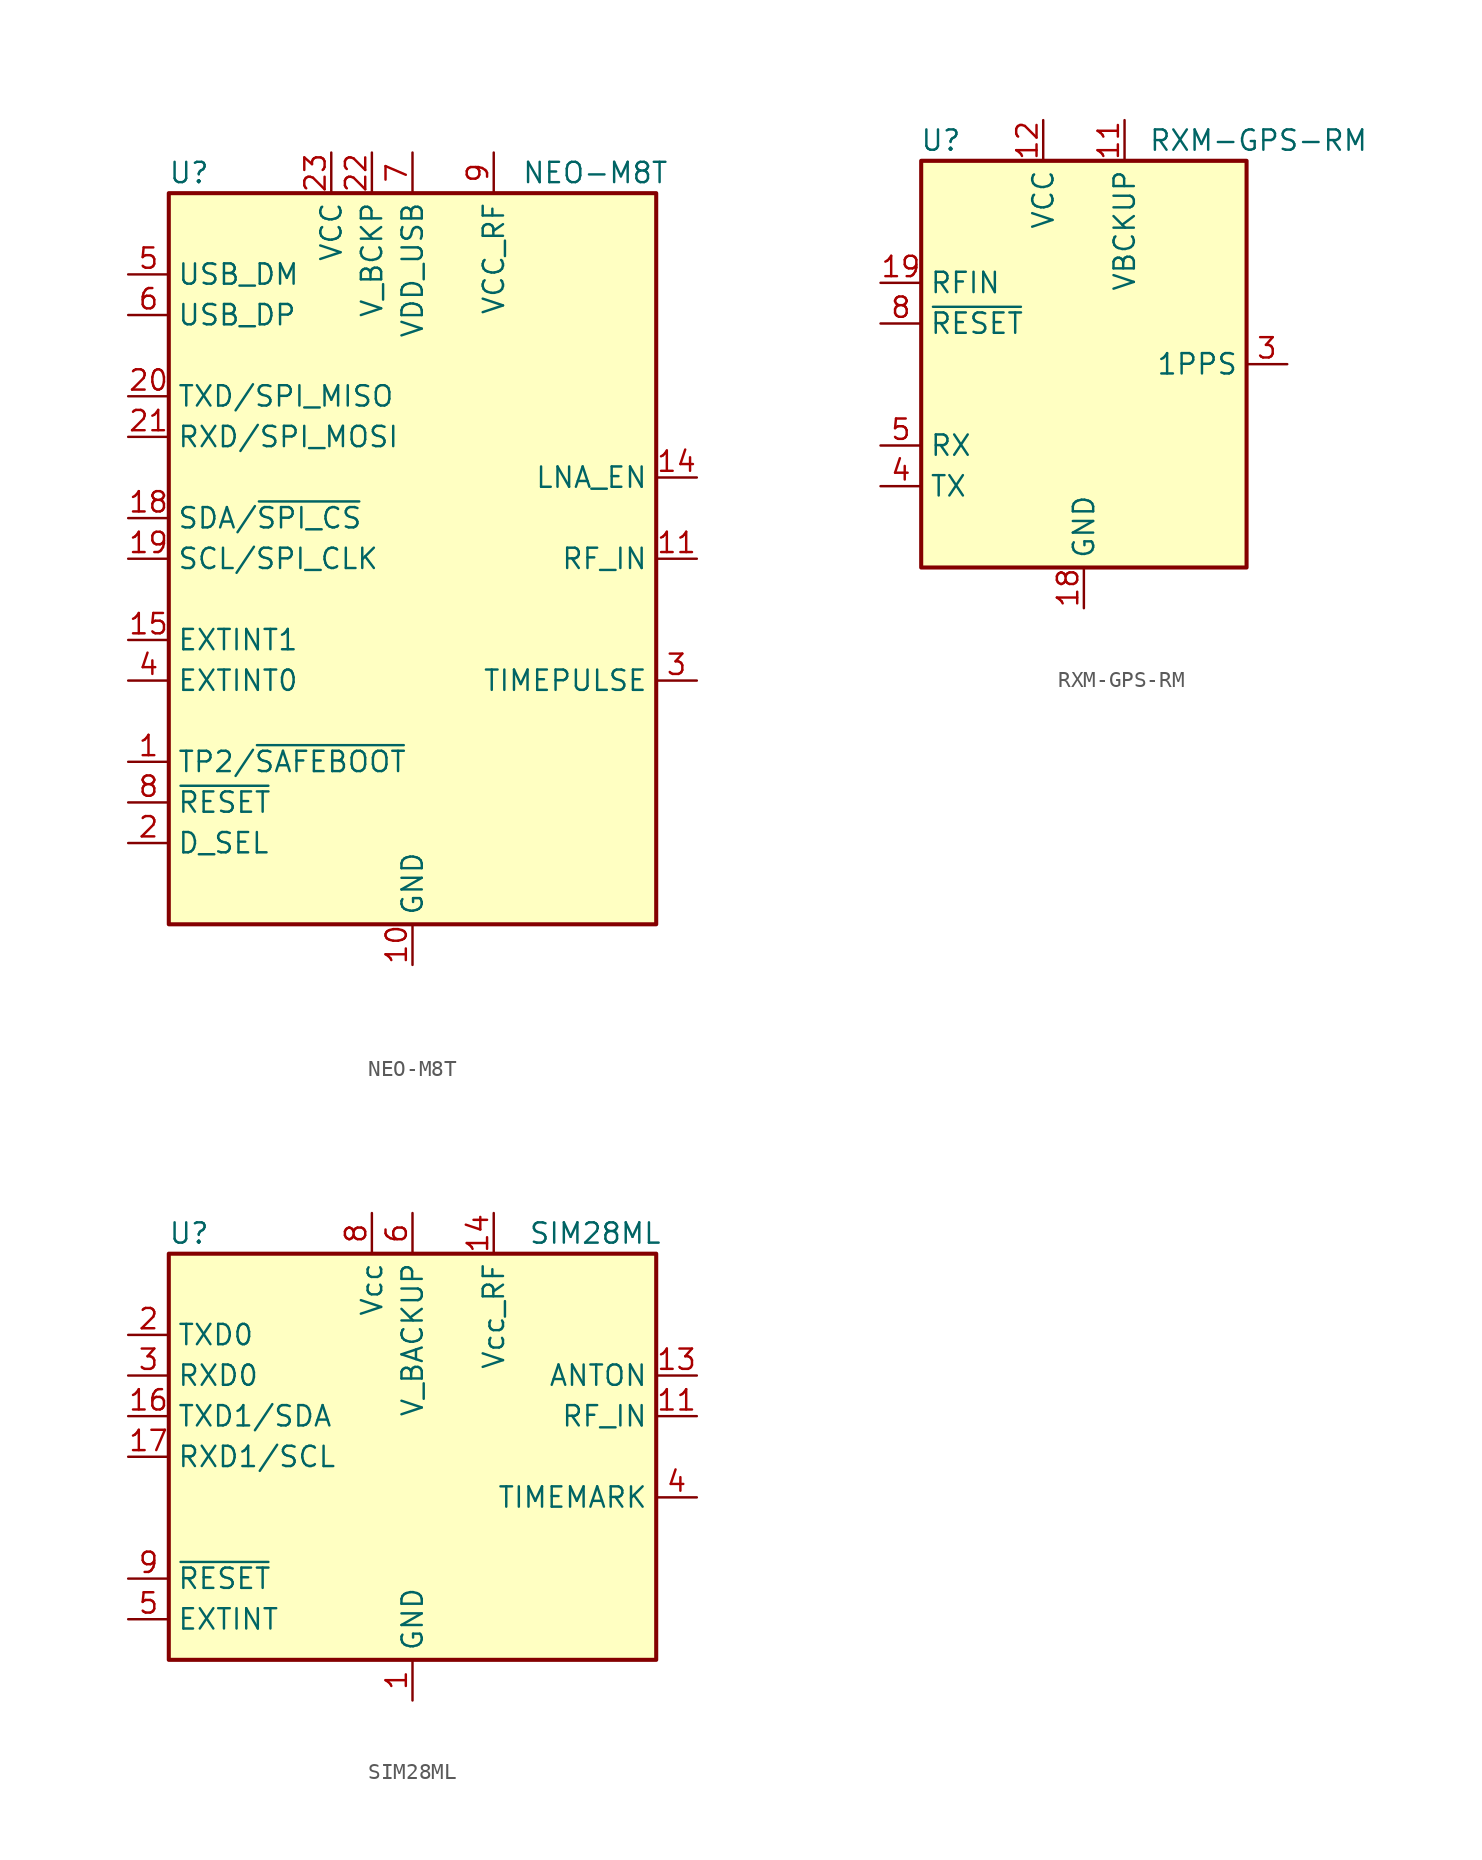
<source format=kicad_sym>
(kicad_symbol_lib
  (version 20200908)
  (generator kicad_symbol_editor)
  (symbol "RF_GPS:NEO-M8T"
    (property "Reference" "U"
      (at -13.97 24.13 0)
      (effects (font (size 1.27 1.27))))
    (property "Value" "NEO-M8T"
      (at 11.43 24.13 0)
      (effects (font (size 1.27 1.27))))
    (symbol "NEO-M8T_0_1"
      (rectangle (start -15.24 22.86) (end 15.24 -22.86) (stroke (width 0.254)) (fill (type background))))
    (symbol "NEO-M8T_1_1"
      (pin bidirectional line (at -17.78 -12.7 0) (length 2.54) (name "TP2/~SAFEBOOT" (effects (font (size 1.27 1.27)))) (number "1" (effects (font (size 1.27 1.27)))))
      (pin power_in line (at 0 -25.4 90) (length 2.54) (name "GND" (effects (font (size 1.27 1.27)))) (number "10" (effects (font (size 1.27 1.27)))))
      (pin input line (at 17.78 0 180) (length 2.54) (name "RF_IN" (effects (font (size 1.27 1.27)))) (number "11" (effects (font (size 1.27 1.27)))))
      (pin passive line (at 0 -25.4 90) (length 2.54) hide (name "GND" (effects (font (size 1.27 1.27)))) (number "12" (effects (font (size 1.27 1.27)))))
      (pin passive line (at 0 -25.4 90) (length 2.54) hide (name "GND" (effects (font (size 1.27 1.27)))) (number "13" (effects (font (size 1.27 1.27)))))
      (pin output line (at 17.78 5.08 180) (length 2.54) (name "LNA_EN" (effects (font (size 1.27 1.27)))) (number "14" (effects (font (size 1.27 1.27)))))
      (pin input line (at -17.78 -5.08 0) (length 2.54) (name "EXTINT1" (effects (font (size 1.27 1.27)))) (number "15" (effects (font (size 1.27 1.27)))))
      (pin unconnected line (at 15.24 -10.16 180) (length 2.54) hide (name "RESERVED" (effects (font (size 1.27 1.27)))) (number "16" (effects (font (size 1.27 1.27)))))
      (pin unconnected line (at 15.24 -12.7 180) (length 2.54) hide (name "RESERVED" (effects (font (size 1.27 1.27)))) (number "17" (effects (font (size 1.27 1.27)))))
      (pin bidirectional line (at -17.78 2.54 0) (length 2.54) (name "SDA/~SPI_CS" (effects (font (size 1.27 1.27)))) (number "18" (effects (font (size 1.27 1.27)))))
      (pin input line (at -17.78 0 0) (length 2.54) (name "SCL/SPI_CLK" (effects (font (size 1.27 1.27)))) (number "19" (effects (font (size 1.27 1.27)))))
      (pin input line (at -17.78 -17.78 0) (length 2.54) (name "D_SEL" (effects (font (size 1.27 1.27)))) (number "2" (effects (font (size 1.27 1.27)))))
      (pin output line (at -17.78 10.16 0) (length 2.54) (name "TXD/SPI_MISO" (effects (font (size 1.27 1.27)))) (number "20" (effects (font (size 1.27 1.27)))))
      (pin input line (at -17.78 7.62 0) (length 2.54) (name "RXD/SPI_MOSI" (effects (font (size 1.27 1.27)))) (number "21" (effects (font (size 1.27 1.27)))))
      (pin power_in line (at -2.54 25.4 270) (length 2.54) (name "V_BCKP" (effects (font (size 1.27 1.27)))) (number "22" (effects (font (size 1.27 1.27)))))
      (pin power_in line (at -5.08 25.4 270) (length 2.54) (name "VCC" (effects (font (size 1.27 1.27)))) (number "23" (effects (font (size 1.27 1.27)))))
      (pin passive line (at 0 -25.4 90) (length 2.54) hide (name "GND" (effects (font (size 1.27 1.27)))) (number "24" (effects (font (size 1.27 1.27)))))
      (pin output line (at 17.78 -7.62 180) (length 2.54) (name "TIMEPULSE" (effects (font (size 1.27 1.27)))) (number "3" (effects (font (size 1.27 1.27)))))
      (pin input line (at -17.78 -7.62 0) (length 2.54) (name "EXTINT0" (effects (font (size 1.27 1.27)))) (number "4" (effects (font (size 1.27 1.27)))))
      (pin bidirectional line (at -17.78 17.78 0) (length 2.54) (name "USB_DM" (effects (font (size 1.27 1.27)))) (number "5" (effects (font (size 1.27 1.27)))))
      (pin bidirectional line (at -17.78 15.24 0) (length 2.54) (name "USB_DP" (effects (font (size 1.27 1.27)))) (number "6" (effects (font (size 1.27 1.27)))))
      (pin power_in line (at 0 25.4 270) (length 2.54) (name "VDD_USB" (effects (font (size 1.27 1.27)))) (number "7" (effects (font (size 1.27 1.27)))))
      (pin input line (at -17.78 -15.24 0) (length 2.54) (name "~RESET" (effects (font (size 1.27 1.27)))) (number "8" (effects (font (size 1.27 1.27)))))
      (pin power_out line (at 5.08 25.4 270) (length 2.54) (name "VCC_RF" (effects (font (size 1.27 1.27)))) (number "9" (effects (font (size 1.27 1.27)))))))
  (symbol "RF_GPS:RXM-GPS-RM"
    (property "Reference" "U"
      (at -7.62 13.97 0)
      (effects (font (size 1.27 1.27)) (justify right)))
    (property "Value" "RXM-GPS-RM"
      (at 17.78 13.97 0)
      (effects (font (size 1.27 1.27)) (justify right)))
    (symbol "RXM-GPS-RM_0_1"
      (rectangle (start 10.16 -12.7) (end -10.16 12.7) (stroke (width 0.254)) (fill (type background))))
    (symbol "RXM-GPS-RM_1_1"
      (pin unconnected line (at -10.16 10.16 0) (length 2.54) hide (name "NC" (effects (font (size 1.27 1.27)))) (number "1" (effects (font (size 1.27 1.27)))))
      (pin unconnected line (at 10.16 10.16 180) (length 2.54) hide (name "NC" (effects (font (size 1.27 1.27)))) (number "10" (effects (font (size 1.27 1.27)))))
      (pin power_in line (at 2.54 15.24 270) (length 2.54) (name "VBCKUP" (effects (font (size 1.27 1.27)))) (number "11" (effects (font (size 1.27 1.27)))))
      (pin power_in line (at -2.54 15.24 270) (length 2.54) (name "VCC" (effects (font (size 1.27 1.27)))) (number "12" (effects (font (size 1.27 1.27)))))
      (pin unconnected line (at 10.16 7.62 180) (length 2.54) hide (name "NC" (effects (font (size 1.27 1.27)))) (number "13" (effects (font (size 1.27 1.27)))))
      (pin unconnected line (at 10.16 5.08 180) (length 2.54) hide (name "NC" (effects (font (size 1.27 1.27)))) (number "14" (effects (font (size 1.27 1.27)))))
      (pin unconnected line (at 10.16 2.54 180) (length 2.54) hide (name "NC" (effects (font (size 1.27 1.27)))) (number "15" (effects (font (size 1.27 1.27)))))
      (pin unconnected line (at 10.16 -2.54 180) (length 2.54) hide (name "NC" (effects (font (size 1.27 1.27)))) (number "16" (effects (font (size 1.27 1.27)))))
      (pin power_in line (at 0 -15.24 90) (length 2.54) (name "GND" (effects (font (size 1.27 1.27)))) (number "18" (effects (font (size 1.27 1.27)))))
      (pin input line (at -12.7 5.08 0) (length 2.54) (name "RFIN" (effects (font (size 1.27 1.27)))) (number "19" (effects (font (size 1.27 1.27)))))
      (pin unconnected line (at -10.16 7.62 0) (length 2.54) hide (name "NC" (effects (font (size 1.27 1.27)))) (number "2" (effects (font (size 1.27 1.27)))))
      (pin passive line (at 0 -15.24 90) (length 2.54) hide (name "GND" (effects (font (size 1.27 1.27)))) (number "20" (effects (font (size 1.27 1.27)))))
      (pin passive line (at 0 -15.24 90) (length 2.54) hide (name "GND" (effects (font (size 1.27 1.27)))) (number "21" (effects (font (size 1.27 1.27)))))
      (pin passive line (at 0 -15.24 90) (length 2.54) hide (name "GND" (effects (font (size 1.27 1.27)))) (number "22" (effects (font (size 1.27 1.27)))))
      (pin output line (at 12.7 0 180) (length 2.54) (name "1PPS" (effects (font (size 1.27 1.27)))) (number "3" (effects (font (size 1.27 1.27)))))
      (pin output line (at -12.7 -7.62 0) (length 2.54) (name "TX" (effects (font (size 1.27 1.27)))) (number "4" (effects (font (size 1.27 1.27)))))
      (pin input line (at -12.7 -5.08 0) (length 2.54) (name "RX" (effects (font (size 1.27 1.27)))) (number "5" (effects (font (size 1.27 1.27)))))
      (pin unconnected line (at -10.16 0 0) (length 2.54) hide (name "NC" (effects (font (size 1.27 1.27)))) (number "6" (effects (font (size 1.27 1.27)))))
      (pin unconnected line (at -10.16 -2.54 0) (length 2.54) hide (name "NC" (effects (font (size 1.27 1.27)))) (number "7" (effects (font (size 1.27 1.27)))))
      (pin input line (at -12.7 2.54 0) (length 2.54) (name "~RESET" (effects (font (size 1.27 1.27)))) (number "8" (effects (font (size 1.27 1.27)))))
      (pin unconnected line (at -10.16 -10.16 0) (length 2.54) hide (name "NC" (effects (font (size 1.27 1.27)))) (number "9" (effects (font (size 1.27 1.27)))))))
  (symbol "RF_GPS:SIM28ML"
    (property "Reference" "U"
      (at -13.97 13.97 0)
      (effects (font (size 1.27 1.27))))
    (property "Value" "SIM28ML"
      (at 11.43 13.97 0)
      (effects (font (size 1.27 1.27))))
    (symbol "SIM28ML_0_1"
      (rectangle (start -15.24 12.7) (end 15.24 -12.7) (stroke (width 0.254)) (fill (type background))))
    (symbol "SIM28ML_1_1"
      (pin power_in line (at 0 -15.24 90) (length 2.54) (name "GND" (effects (font (size 1.27 1.27)))) (number "1" (effects (font (size 1.27 1.27)))))
      (pin passive line (at 0 -15.24 90) (length 2.54) hide (name "GND" (effects (font (size 1.27 1.27)))) (number "10" (effects (font (size 1.27 1.27)))))
      (pin input line (at 17.78 2.54 180) (length 2.54) (name "RF_IN" (effects (font (size 1.27 1.27)))) (number "11" (effects (font (size 1.27 1.27)))))
      (pin passive line (at 0 -15.24 90) (length 2.54) hide (name "GND" (effects (font (size 1.27 1.27)))) (number "12" (effects (font (size 1.27 1.27)))))
      (pin power_out line (at 17.78 5.08 180) (length 2.54) (name "ANTON" (effects (font (size 1.27 1.27)))) (number "13" (effects (font (size 1.27 1.27)))))
      (pin power_out line (at 5.08 15.24 270) (length 2.54) (name "Vcc_RF" (effects (font (size 1.27 1.27)))) (number "14" (effects (font (size 1.27 1.27)))))
      (pin unconnected line (at 15.24 -7.62 180) (length 2.54) hide (name "NC" (effects (font (size 1.27 1.27)))) (number "15" (effects (font (size 1.27 1.27)))))
      (pin bidirectional line (at -17.78 2.54 0) (length 2.54) (name "TXD1/SDA" (effects (font (size 1.27 1.27)))) (number "16" (effects (font (size 1.27 1.27)))))
      (pin input line (at -17.78 0 0) (length 2.54) (name "RXD1/SCL" (effects (font (size 1.27 1.27)))) (number "17" (effects (font (size 1.27 1.27)))))
      (pin unconnected line (at 15.24 -10.16 180) (length 2.54) hide (name "NC" (effects (font (size 1.27 1.27)))) (number "18" (effects (font (size 1.27 1.27)))))
      (pin output line (at -17.78 7.62 0) (length 2.54) (name "TXD0" (effects (font (size 1.27 1.27)))) (number "2" (effects (font (size 1.27 1.27)))))
      (pin input line (at -17.78 5.08 0) (length 2.54) (name "RXD0" (effects (font (size 1.27 1.27)))) (number "3" (effects (font (size 1.27 1.27)))))
      (pin output line (at 17.78 -2.54 180) (length 2.54) (name "TIMEMARK" (effects (font (size 1.27 1.27)))) (number "4" (effects (font (size 1.27 1.27)))))
      (pin input line (at -17.78 -10.16 0) (length 2.54) (name "EXTINT" (effects (font (size 1.27 1.27)))) (number "5" (effects (font (size 1.27 1.27)))))
      (pin power_in line (at 0 15.24 270) (length 2.54) (name "V_BACKUP" (effects (font (size 1.27 1.27)))) (number "6" (effects (font (size 1.27 1.27)))))
      (pin unconnected line (at 15.24 -5.08 180) (length 2.54) hide (name "NC" (effects (font (size 1.27 1.27)))) (number "7" (effects (font (size 1.27 1.27)))))
      (pin power_in line (at -2.54 15.24 270) (length 2.54) (name "Vcc" (effects (font (size 1.27 1.27)))) (number "8" (effects (font (size 1.27 1.27)))))
      (pin input line (at -17.78 -7.62 0) (length 2.54) (name "~RESET" (effects (font (size 1.27 1.27)))) (number "9" (effects (font (size 1.27 1.27))))))))
</source>
